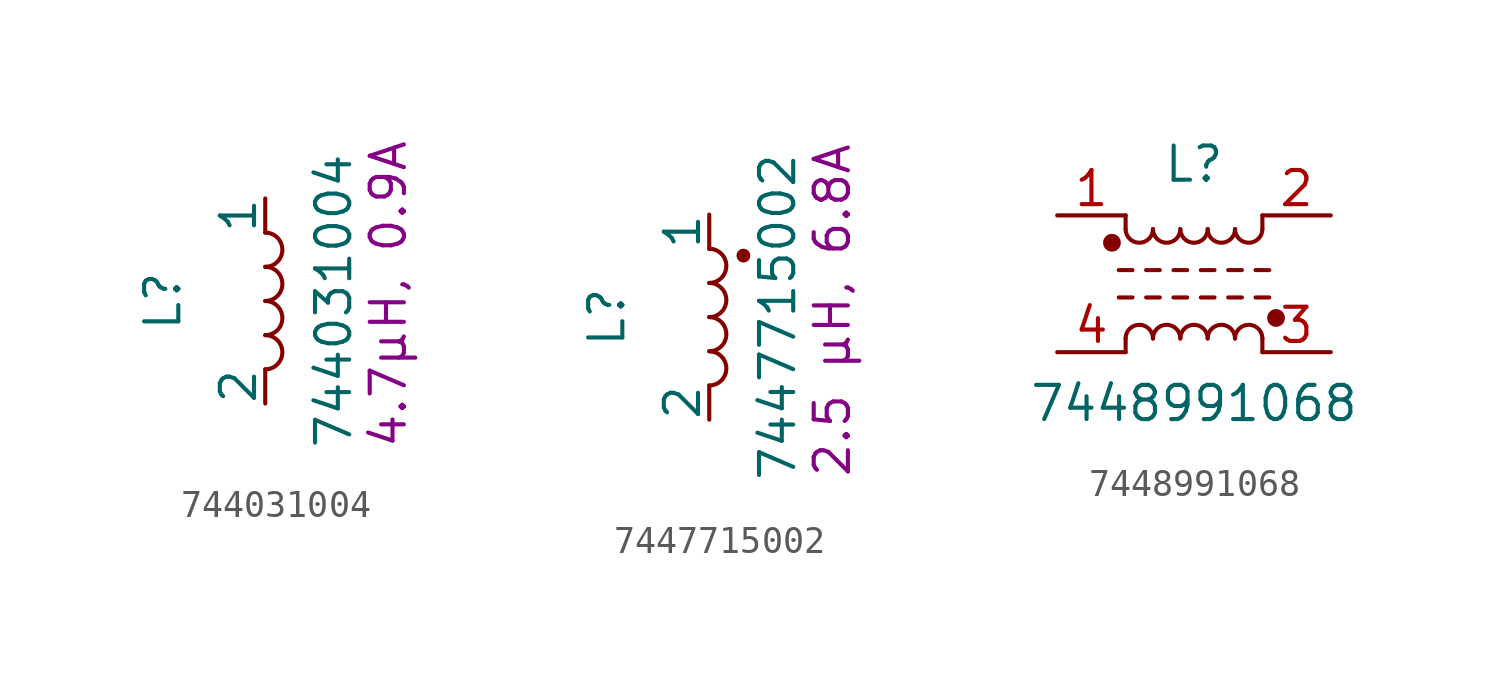
<source format=kicad_sym>
(kicad_symbol_lib
  (version 20231120)
  (generator "kicad_symbol_editor")
  (generator_version "8.0")
  (symbol "744031004"
    (pin_numbers hide)
    (pin_names
      (offset 0))
    (property "Reference" "L"
      (at -3.81 0 90)
      (effects (font (size 1.27 1.27))))
    (property "Value" "744031004"
      (at 2.54 0 90)
      (effects (font (size 1.27 1.27))))
    (property "Pretty Value 1" "4.7µH, 0.9A"
      (at 4.572 0.254 90)
      (effects (font (size 1.27 1.27))))
    (symbol "744031004_0_1"
      (arc (start 0 -2.54) (mid 0.6323 -1.905) (end 0 -1.27) (stroke (width 0) (type default)) (fill (type none)))
      (arc (start 0 -1.27) (mid 0.6323 -0.635) (end 0 0) (stroke (width 0) (type default)) (fill (type none)))
      (arc (start 0 0) (mid 0.6323 0.635) (end 0 1.27) (stroke (width 0) (type default)) (fill (type none)))
      (arc (start 0 1.27) (mid 0.6323 1.905) (end 0 2.54) (stroke (width 0) (type default)) (fill (type none))))
    (symbol "744031004_1_1"
      (pin passive line (at 0 3.81 270) (length 1.27) (name "1" (effects (font (size 1.27 1.27)))) (number "1" (effects (font (size 1.27 1.27)))))
      (pin passive line (at 0 -3.81 90) (length 1.27) (name "2" (effects (font (size 1.27 1.27)))) (number "2" (effects (font (size 1.27 1.27)))))))
  (symbol "7447715002"
    (pin_numbers hide)
    (pin_names
      (offset 0))
    (property "Reference" "L"
      (at -3.81 0 90)
      (effects (font (size 1.27 1.27))))
    (property "Value" "7447715002"
      (at 2.54 0 90)
      (effects (font (size 1.27 1.27))))
    (property "Pretty Value 1" "2.5 µH, 6.8A"
      (at 4.572 0.254 90)
      (effects (font (size 1.27 1.27))))
    (symbol "7447715002_0_1"
      (arc (start 0 -2.54) (mid 0.6323 -1.905) (end 0 -1.27) (stroke (width 0) (type default)) (fill (type none)))
      (arc (start 0 -1.27) (mid 0.6323 -0.635) (end 0 0) (stroke (width 0) (type default)) (fill (type none)))
      (arc (start 0 0) (mid 0.6323 0.635) (end 0 1.27) (stroke (width 0) (type default)) (fill (type none)))
      (arc (start 0 1.27) (mid 0.6323 1.905) (end 0 2.54) (stroke (width 0) (type default)) (fill (type none)))
      (circle (center 1.27 2.286) (radius 0.18) (stroke (width 0) (type default)) (fill (type outline))))
    (symbol "7447715002_1_1"
      (pin passive line (at 0 3.81 270) (length 1.27) (name "1" (effects (font (size 1.27 1.27)))) (number "1" (effects (font (size 1.27 1.27)))))
      (pin passive line (at 0 -3.81 90) (length 1.27) (name "2" (effects (font (size 1.27 1.27)))) (number "2" (effects (font (size 1.27 1.27)))))))
  (symbol "7448991068"
    (pin_names
      (offset 0.254) hide)
    (property "Reference" "L"
      (at 0 4.445 0)
      (effects (font (size 1.27 1.27))))
    (property "Value" "7448991068"
      (at 0 -4.445 0)
      (effects (font (size 1.27 1.27))))
    (symbol "7448991068_0_1"
      (circle (center -3.048 1.524) (radius 0.254) (stroke (width 0) (type default)) (fill (type outline)))
      (arc (start -2.54 2.032) (mid -2.032 1.5262) (end -1.524 2.032) (stroke (width 0) (type default)) (fill (type none)))
      (arc (start -1.524 -2.032) (mid -2.032 -1.5262) (end -2.54 -2.032) (stroke (width 0) (type default)) (fill (type none)))
      (arc (start -1.524 2.032) (mid -1.016 1.5262) (end -0.508 2.032) (stroke (width 0) (type default)) (fill (type none)))
      (arc (start -0.508 -2.032) (mid -1.016 -1.5262) (end -1.524 -2.032) (stroke (width 0) (type default)) (fill (type none)))
      (arc (start -0.508 2.032) (mid 0 1.5262) (end 0.508 2.032) (stroke (width 0) (type default)) (fill (type none)))
      (polyline (pts (xy -2.794 -0.508) (xy -2.286 -0.508)) (stroke (width 0) (type default)) (fill (type none)))
      (polyline (pts (xy -2.794 0.508) (xy -2.286 0.508)) (stroke (width 0) (type default)) (fill (type none)))
      (polyline (pts (xy -2.54 -2.032) (xy -2.54 -2.54)) (stroke (width 0) (type default)) (fill (type none)))
      (polyline (pts (xy -2.54 2.032) (xy -2.54 2.54)) (stroke (width 0) (type default)) (fill (type none)))
      (polyline (pts (xy -1.778 -0.508) (xy -1.27 -0.508)) (stroke (width 0) (type default)) (fill (type none)))
      (polyline (pts (xy -1.778 0.508) (xy -1.27 0.508)) (stroke (width 0) (type default)) (fill (type none)))
      (polyline (pts (xy -0.762 -0.508) (xy -0.254 -0.508)) (stroke (width 0) (type default)) (fill (type none)))
      (polyline (pts (xy -0.762 0.508) (xy -0.254 0.508)) (stroke (width 0) (type default)) (fill (type none)))
      (polyline (pts (xy 0.254 -0.508) (xy 0.762 -0.508)) (stroke (width 0) (type default)) (fill (type none)))
      (polyline (pts (xy 0.254 0.508) (xy 0.762 0.508)) (stroke (width 0) (type default)) (fill (type none)))
      (polyline (pts (xy 1.27 -0.508) (xy 1.778 -0.508)) (stroke (width 0) (type default)) (fill (type none)))
      (polyline (pts (xy 1.27 0.508) (xy 1.778 0.508)) (stroke (width 0) (type default)) (fill (type none)))
      (polyline (pts (xy 2.286 -0.508) (xy 2.794 -0.508)) (stroke (width 0) (type default)) (fill (type none)))
      (polyline (pts (xy 2.286 0.508) (xy 2.794 0.508)) (stroke (width 0) (type default)) (fill (type none)))
      (polyline (pts (xy 2.54 -2.032) (xy 2.54 -2.54)) (stroke (width 0) (type default)) (fill (type none)))
      (polyline (pts (xy 2.54 2.54) (xy 2.54 2.032)) (stroke (width 0) (type default)) (fill (type none)))
      (arc (start 0.508 -2.032) (mid 0 -1.5262) (end -0.508 -2.032) (stroke (width 0) (type default)) (fill (type none)))
      (arc (start 0.508 2.032) (mid 1.016 1.5262) (end 1.524 2.032) (stroke (width 0) (type default)) (fill (type none)))
      (arc (start 1.524 -2.032) (mid 1.016 -1.5262) (end 0.508 -2.032) (stroke (width 0) (type default)) (fill (type none)))
      (arc (start 1.524 2.032) (mid 2.032 1.5262) (end 2.54 2.032) (stroke (width 0) (type default)) (fill (type none)))
      (arc (start 2.54 -2.032) (mid 2.032 -1.5262) (end 1.524 -2.032) (stroke (width 0) (type default)) (fill (type none)))
      (circle (center 3.048 -1.27) (radius 0.254) (stroke (width 0) (type default)) (fill (type outline))))
    (symbol "7448991068_1_1"
      (pin passive line (at -5.08 2.54 0) (length 2.54) (name "1" (effects (font (size 1.27 1.27)))) (number "1" (effects (font (size 1.27 1.27)))))
      (pin passive line (at 5.08 2.54 180) (length 2.54) (name "2" (effects (font (size 1.27 1.27)))) (number "2" (effects (font (size 1.27 1.27)))))
      (pin passive line (at 5.08 -2.54 180) (length 2.54) (name "3" (effects (font (size 1.27 1.27)))) (number "3" (effects (font (size 1.27 1.27)))))
      (pin passive line (at -5.08 -2.54 0) (length 2.54) (name "4" (effects (font (size 1.27 1.27)))) (number "4" (effects (font (size 1.27 1.27))))))))
</source>
